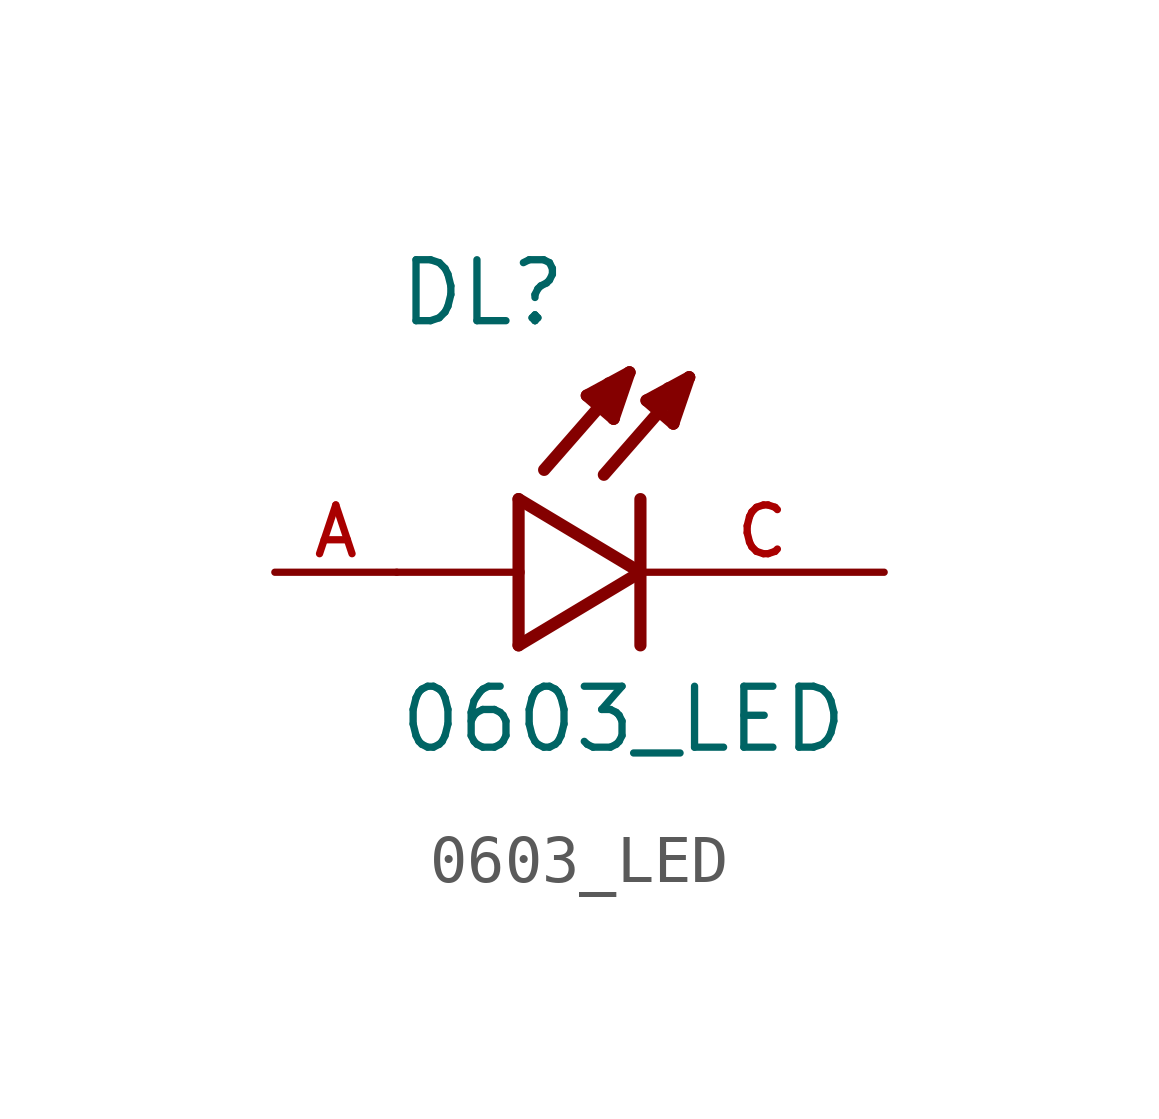
<source format=kicad_sym>
(kicad_symbol_lib
  (version 20220914)
  (generator kicad_symbol_editor)
  (symbol "0603_LED"
    (pin_names
      (offset 1.016))
    (property "Reference" "DL"
      (at -5.08 5.08 0)
      (effects (font (size 1.27 1.27)) (justify left bottom)))
    (property "Value" "0603_LED"
      (at -5.08 -3.81 0)
      (effects (font (size 1.27 1.27)) (justify left bottom)))
    (symbol "0603_LED_0_0"
      (polyline (pts (xy -2.54 -1.524) (xy 0 0)) (stroke (width 0.254) (type default)) (fill (type none)))
      (polyline (pts (xy -2.54 0) (xy -5.08 0)) (stroke (width 0.152) (type default)) (fill (type none)))
      (polyline (pts (xy -2.54 0) (xy -2.54 -1.524)) (stroke (width 0.254) (type default)) (fill (type none)))
      (polyline (pts (xy -2.54 1.524) (xy -2.54 0)) (stroke (width 0.254) (type default)) (fill (type none)))
      (polyline (pts (xy -1.118 3.683) (xy -0.229 4.166)) (stroke (width 0.254) (type default)) (fill (type none)))
      (polyline (pts (xy -0.94 3.607) (xy -0.711 3.759)) (stroke (width 0.254) (type default)) (fill (type none)))
      (polyline (pts (xy -0.559 3.2) (xy -1.118 3.683)) (stroke (width 0.254) (type default)) (fill (type none)))
      (polyline (pts (xy -0.559 3.2) (xy -0.533 3.937)) (stroke (width 0.254) (type default)) (fill (type none)))
      (polyline (pts (xy -0.533 3.937) (xy -0.66 3.937)) (stroke (width 0.254) (type default)) (fill (type none)))
      (polyline (pts (xy -0.229 4.166) (xy -2.007 2.134)) (stroke (width 0.254) (type default)) (fill (type none)))
      (polyline (pts (xy -0.229 4.166) (xy -0.559 3.2)) (stroke (width 0.254) (type default)) (fill (type none)))
      (polyline (pts (xy 0 0) (xy -2.54 1.524)) (stroke (width 0.254) (type default)) (fill (type none)))
      (polyline (pts (xy 0 1.524) (xy 0 -1.524)) (stroke (width 0.254) (type default)) (fill (type none)))
      (polyline (pts (xy 0.127 3.581) (xy 1.016 4.064)) (stroke (width 0.254) (type default)) (fill (type none)))
      (polyline (pts (xy 0.305 3.505) (xy 0.533 3.658)) (stroke (width 0.254) (type default)) (fill (type none)))
      (polyline (pts (xy 0.686 3.099) (xy 0.127 3.581)) (stroke (width 0.254) (type default)) (fill (type none)))
      (polyline (pts (xy 0.686 3.099) (xy 0.711 3.835)) (stroke (width 0.254) (type default)) (fill (type none)))
      (polyline (pts (xy 0.711 3.835) (xy 0.584 3.835)) (stroke (width 0.254) (type default)) (fill (type none)))
      (polyline (pts (xy 1.016 4.064) (xy -0.762 2.032)) (stroke (width 0.254) (type default)) (fill (type none)))
      (polyline (pts (xy 1.016 4.064) (xy 0.686 3.099)) (stroke (width 0.254) (type default)) (fill (type none)))
      (pin passive line (at -7.62 0 0) (length 2.54) (name "~" (effects (font (size 1.016 1.016)))) (number "A" (effects (font (size 1.016 1.016)))))
      (pin passive line (at 5.08 0 180) (length 5.08) (name "~" (effects (font (size 1.016 1.016)))) (number "C" (effects (font (size 1.016 1.016))))))))
</source>
